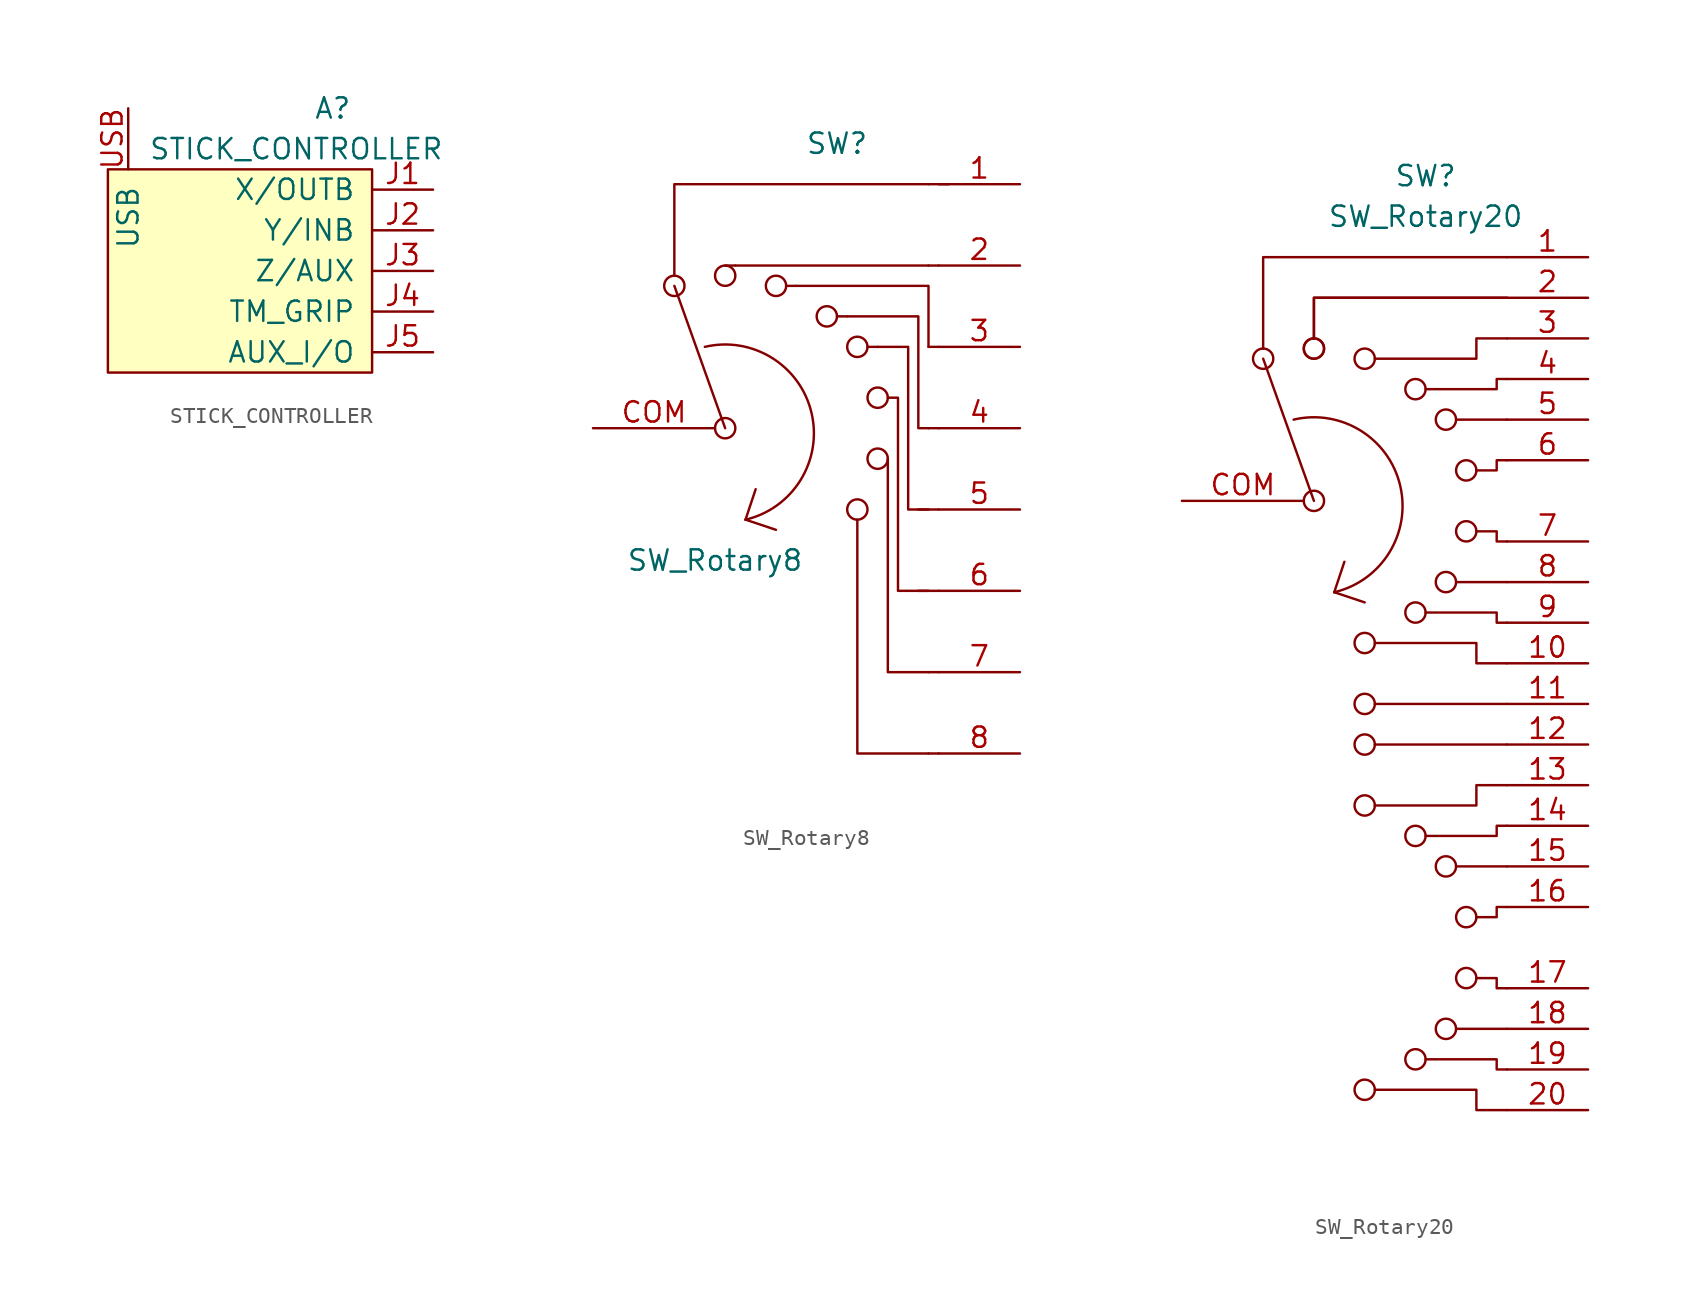
<source format=kicad_sym>
(kicad_symbol_lib
  (version 20231120)
  (generator "kicad_symbol_editor")
  (generator_version "8.0")
  (symbol "STICK_CONTROLLER"
    (pin_names
      (offset 1.016))
    (property "Reference" "A"
      (at 6.35 16.51 0)
      (effects (font (size 1.27 1.27)) (justify right)))
    (property "Value" "STICK_CONTROLLER"
      (at -6.35 13.97 0)
      (effects (font (size 1.27 1.27)) (justify left)))
    (symbol "STICK_CONTROLLER_0_0"
      (pin unspecified line (at 11.43 11.43 180) (length 3.81) (name "X/OUTB" (effects (font (size 1.27 1.27)))) (number "J1" (effects (font (size 1.27 1.27)))))
      (pin unspecified line (at 11.43 8.89 180) (length 3.81) (name "Y/INB" (effects (font (size 1.27 1.27)))) (number "J2" (effects (font (size 1.27 1.27)))))
      (pin unspecified line (at 11.43 6.35 180) (length 3.81) (name "Z/AUX" (effects (font (size 1.27 1.27)))) (number "J3" (effects (font (size 1.27 1.27)))))
      (pin unspecified line (at 11.43 3.81 180) (length 3.81) (name "TM_GRIP" (effects (font (size 1.27 1.27)))) (number "J4" (effects (font (size 1.27 1.27)))))
      (pin unspecified line (at 11.43 1.27 180) (length 3.81) (name "AUX_I/O" (effects (font (size 1.27 1.27)))) (number "J5" (effects (font (size 1.27 1.27)))))
      (pin unspecified line (at -7.62 16.51 270) (length 3.81) (name "USB" (effects (font (size 1.27 1.27)))) (number "USB" (effects (font (size 1.27 1.27))))))
    (symbol "STICK_CONTROLLER_0_1"
      (rectangle (start -8.89 12.7) (end 7.62 0) (stroke (width 0) (type default)) (fill (type background)))))
  (symbol "SW_Rotary8"
    (pin_names
      (offset 1.016) hide)
    (property "Reference" "SW"
      (at 0 17.78 0)
      (effects (font (size 1.27 1.27))))
    (property "Value" "SW_Rotary8"
      (at -7.62 -8.255 0)
      (effects (font (size 1.27 1.27))))
    (symbol "SW_Rotary8_0_0"
      (circle (center -10.16 8.89) (radius 0.635) (stroke (width 0) (type default)) (fill (type none)))
      (circle (center -6.985 0) (radius 0.635) (stroke (width 0) (type default)) (fill (type none)))
      (circle (center -6.985 9.525) (radius 0.635) (stroke (width 0) (type default)) (fill (type none)))
      (arc (start -5.715 -5.715) (mid -1.5995 0.937) (end -8.255 5.08) (stroke (width 0) (type default)) (fill (type none)))
      (circle (center -3.81 8.89) (radius 0.635) (stroke (width 0) (type default)) (fill (type none)))
      (circle (center -0.635 6.985) (radius 0.635) (stroke (width 0) (type default)) (fill (type none)))
      (polyline (pts (xy -6.985 0) (xy -10.16 8.89)) (stroke (width 0) (type default)) (fill (type none)))
      (polyline (pts (xy -5.715 -5.715) (xy -5.08 -3.81)) (stroke (width 0) (type default)) (fill (type none)))
      (polyline (pts (xy -5.715 -5.715) (xy -3.81 -6.35)) (stroke (width 0) (type default)) (fill (type none)))
      (circle (center 1.27 -5.08) (radius 0.635) (stroke (width 0) (type default)) (fill (type none)))
      (circle (center 1.27 5.08) (radius 0.635) (stroke (width 0) (type default)) (fill (type none)))
      (circle (center 2.54 -1.905) (radius 0.635) (stroke (width 0) (type default)) (fill (type none)))
      (circle (center 2.54 1.905) (radius 0.635) (stroke (width 0) (type default)) (fill (type none))))
    (symbol "SW_Rotary8_0_1"
      (polyline (pts (xy -6.35 10.16) (xy -6.985 10.16)) (stroke (width 0) (type default)) (fill (type none)))
      (polyline (pts (xy -6.35 10.16) (xy 5.715 10.16)) (stroke (width 0) (type default)) (fill (type none)))
      (polyline (pts (xy -2.54 8.89) (xy -3.175 8.89)) (stroke (width 0) (type default)) (fill (type none)))
      (polyline (pts (xy 0.635 6.985) (xy 0 6.985)) (stroke (width 0) (type default)) (fill (type none)))
      (polyline (pts (xy 2.54 5.08) (xy 1.905 5.08)) (stroke (width 0) (type default)) (fill (type none)))
      (polyline (pts (xy 5.08 -5.08) (xy 6.35 -5.08)) (stroke (width 0) (type default)) (fill (type none)))
      (polyline (pts (xy 5.715 -15.24) (xy 6.35 -15.24)) (stroke (width 0) (type default)) (fill (type none)))
      (polyline (pts (xy 5.715 5.08) (xy 6.35 5.08)) (stroke (width 0) (type default)) (fill (type none)))
      (polyline (pts (xy 5.715 15.24) (xy 6.985 15.24)) (stroke (width 0) (type default)) (fill (type none)))
      (polyline (pts (xy 6.35 -20.32) (xy 5.715 -20.32)) (stroke (width 0) (type default)) (fill (type none)))
      (polyline (pts (xy 6.35 -10.16) (xy 5.08 -10.16)) (stroke (width 0) (type default)) (fill (type none)))
      (polyline (pts (xy 6.35 0) (xy 5.715 0)) (stroke (width 0) (type default)) (fill (type none)))
      (polyline (pts (xy 6.35 10.16) (xy 5.715 10.16)) (stroke (width 0) (type default)) (fill (type none)))
      (polyline (pts (xy 3.175 -1.905) (xy 3.175 -15.24) (xy 5.715 -15.24)) (stroke (width 0) (type default)) (fill (type none)))
      (polyline (pts (xy 5.715 -20.32) (xy 1.27 -20.32) (xy 1.27 -5.715)) (stroke (width 0) (type default)) (fill (type none)))
      (polyline (pts (xy 5.715 5.08) (xy 5.715 8.89) (xy -2.54 8.89)) (stroke (width 0) (type default)) (fill (type none)))
      (polyline (pts (xy 5.715 15.24) (xy -10.16 15.24) (xy -10.16 9.525)) (stroke (width 0) (type default)) (fill (type none)))
      (polyline (pts (xy 0.635 6.985) (xy 5.08 6.985) (xy 5.08 0) (xy 5.715 0)) (stroke (width 0) (type default)) (fill (type none)))
      (polyline (pts (xy 2.54 5.08) (xy 4.445 5.08) (xy 4.445 -5.08) (xy 5.715 -5.08)) (stroke (width 0) (type default)) (fill (type none)))
      (polyline (pts (xy 3.175 1.905) (xy 3.81 1.905) (xy 3.81 -10.16) (xy 5.715 -10.16)) (stroke (width 0) (type default)) (fill (type none)))
      (pin passive line (at 11.43 15.24 180) (length 5.08) (name "1" (effects (font (size 1.27 1.27)))) (number "1" (effects (font (size 1.27 1.27)))))
      (pin passive line (at 11.43 10.16 180) (length 5.08) (name "2" (effects (font (size 1.27 1.27)))) (number "2" (effects (font (size 1.27 1.27)))))
      (pin passive line (at 11.43 5.08 180) (length 5.08) (name "3" (effects (font (size 1.27 1.27)))) (number "3" (effects (font (size 1.27 1.27)))))
      (pin passive line (at 11.43 0 180) (length 5.08) (name "4" (effects (font (size 1.27 1.27)))) (number "4" (effects (font (size 1.27 1.27)))))
      (pin passive line (at 11.43 -5.08 180) (length 5.08) (name "5" (effects (font (size 1.27 1.27)))) (number "5" (effects (font (size 1.27 1.27)))))
      (pin passive line (at 11.43 -10.16 180) (length 5.08) (name "6" (effects (font (size 1.27 1.27)))) (number "6" (effects (font (size 1.27 1.27)))))
      (pin passive line (at 11.43 -15.24 180) (length 5.08) (name "7" (effects (font (size 1.27 1.27)))) (number "7" (effects (font (size 1.27 1.27)))))
      (pin passive line (at 11.43 -20.32 180) (length 5.08) (name "8" (effects (font (size 1.27 1.27)))) (number "8" (effects (font (size 1.27 1.27)))))
      (pin passive line (at -15.24 0 0) (length 7.62) (name "COM" (effects (font (size 1.27 1.27)))) (number "COM" (effects (font (size 1.27 1.27)))))))
  (symbol "SW_Rotary20"
    (pin_names
      (offset 1.016) hide)
    (property "Reference" "SW"
      (at 0 20.32 0)
      (effects (font (size 1.27 1.27))))
    (property "Value" "SW_Rotary20"
      (at 0 17.78 0)
      (effects (font (size 1.27 1.27))))
    (symbol "SW_Rotary20_0_0"
      (circle (center -10.16 8.89) (radius 0.635) (stroke (width 0) (type default)) (fill (type none)))
      (circle (center -6.985 0) (radius 0.635) (stroke (width 0) (type default)) (fill (type none)))
      (circle (center -6.985 9.525) (radius 0.635) (stroke (width 0) (type default)) (fill (type none)))
      (circle (center -6.985 9.525) (radius 0.635) (stroke (width 0) (type default)) (fill (type none)))
      (arc (start -5.715 -5.715) (mid -1.5995 0.937) (end -8.255 5.08) (stroke (width 0) (type default)) (fill (type none)))
      (circle (center -3.81 -36.83) (radius 0.635) (stroke (width 0) (type default)) (fill (type none)))
      (circle (center -3.81 -19.05) (radius 0.635) (stroke (width 0) (type default)) (fill (type none)))
      (circle (center -3.81 -12.7) (radius 0.635) (stroke (width 0) (type default)) (fill (type none)))
      (circle (center -3.81 -8.89) (radius 0.635) (stroke (width 0) (type default)) (fill (type none)))
      (circle (center -3.81 8.89) (radius 0.635) (stroke (width 0) (type default)) (fill (type none)))
      (circle (center -0.635 -34.925) (radius 0.635) (stroke (width 0) (type default)) (fill (type none)))
      (circle (center -0.635 -20.955) (radius 0.635) (stroke (width 0) (type default)) (fill (type none)))
      (circle (center -0.635 -6.985) (radius 0.635) (stroke (width 0) (type default)) (fill (type none)))
      (circle (center -0.635 6.985) (radius 0.635) (stroke (width 0) (type default)) (fill (type none)))
      (polyline (pts (xy -6.985 0) (xy -10.16 8.89)) (stroke (width 0) (type default)) (fill (type none)))
      (polyline (pts (xy -5.715 -5.715) (xy -5.08 -3.81)) (stroke (width 0) (type default)) (fill (type none)))
      (polyline (pts (xy -5.715 -5.715) (xy -3.81 -6.35)) (stroke (width 0) (type default)) (fill (type none)))
      (polyline (pts (xy 1.905 -33.02) (xy 5.08 -33.02)) (stroke (width 0) (type default)) (fill (type none)))
      (polyline (pts (xy 1.905 -22.86) (xy 5.08 -22.86)) (stroke (width 0) (type default)) (fill (type none)))
      (polyline (pts (xy 1.905 -5.08) (xy 5.08 -5.08)) (stroke (width 0) (type default)) (fill (type none)))
      (polyline (pts (xy 1.905 5.08) (xy 5.08 5.08)) (stroke (width 0) (type default)) (fill (type none)))
      (polyline (pts (xy -10.16 9.525) (xy -10.16 15.24) (xy 5.08 15.24)) (stroke (width 0) (type default)) (fill (type none)))
      (polyline (pts (xy -6.985 10.16) (xy -6.985 12.7) (xy 5.08 12.7)) (stroke (width 0) (type default)) (fill (type none)))
      (polyline (pts (xy -6.985 10.16) (xy -6.985 12.7) (xy 5.08 12.7)) (stroke (width 0) (type default)) (fill (type none)))
      (polyline (pts (xy -3.175 -36.83) (xy 3.175 -36.83) (xy 3.175 -38.1) (xy 5.08 -38.1)) (stroke (width 0) (type default)) (fill (type none)))
      (polyline (pts (xy -3.175 -19.05) (xy 3.175 -19.05) (xy 3.175 -17.78) (xy 5.08 -17.78)) (stroke (width 0) (type default)) (fill (type none)))
      (polyline (pts (xy -3.175 -8.89) (xy 3.175 -8.89) (xy 3.175 -10.16) (xy 5.08 -10.16)) (stroke (width 0) (type default)) (fill (type none)))
      (polyline (pts (xy -3.175 8.89) (xy 3.175 8.89) (xy 3.175 10.16) (xy 5.08 10.16)) (stroke (width 0) (type default)) (fill (type none)))
      (polyline (pts (xy 0 -34.925) (xy 4.445 -34.925) (xy 4.445 -35.56) (xy 5.08 -35.56)) (stroke (width 0) (type default)) (fill (type none)))
      (polyline (pts (xy 0 -20.955) (xy 4.445 -20.955) (xy 4.445 -20.32) (xy 5.08 -20.32)) (stroke (width 0) (type default)) (fill (type none)))
      (polyline (pts (xy 0 -6.985) (xy 4.445 -6.985) (xy 4.445 -7.62) (xy 5.08 -7.62)) (stroke (width 0) (type default)) (fill (type none)))
      (polyline (pts (xy 0 6.985) (xy 4.445 6.985) (xy 4.445 7.62) (xy 5.08 7.62)) (stroke (width 0) (type default)) (fill (type none)))
      (polyline (pts (xy 3.175 -29.845) (xy 4.445 -29.845) (xy 4.445 -30.48) (xy 5.08 -30.48)) (stroke (width 0) (type default)) (fill (type none)))
      (polyline (pts (xy 3.175 -26.035) (xy 4.445 -26.035) (xy 4.445 -25.4) (xy 5.08 -25.4)) (stroke (width 0) (type default)) (fill (type none)))
      (polyline (pts (xy 3.175 -1.905) (xy 4.445 -1.905) (xy 4.445 -2.54) (xy 5.08 -2.54)) (stroke (width 0) (type default)) (fill (type none)))
      (polyline (pts (xy 3.175 1.905) (xy 4.445 1.905) (xy 4.445 2.54) (xy 5.08 2.54)) (stroke (width 0) (type default)) (fill (type none)))
      (circle (center 1.27 -33.02) (radius 0.635) (stroke (width 0) (type default)) (fill (type none)))
      (circle (center 1.27 -22.86) (radius 0.635) (stroke (width 0) (type default)) (fill (type none)))
      (circle (center 1.27 -5.08) (radius 0.635) (stroke (width 0) (type default)) (fill (type none)))
      (circle (center 1.27 5.08) (radius 0.635) (stroke (width 0) (type default)) (fill (type none)))
      (circle (center 2.54 -29.845) (radius 0.635) (stroke (width 0) (type default)) (fill (type none)))
      (circle (center 2.54 -26.035) (radius 0.635) (stroke (width 0) (type default)) (fill (type none)))
      (circle (center 2.54 -1.905) (radius 0.635) (stroke (width 0) (type default)) (fill (type none)))
      (circle (center 2.54 1.905) (radius 0.635) (stroke (width 0) (type default)) (fill (type none))))
    (symbol "SW_Rotary20_0_1"
      (circle (center -3.81 -15.24) (radius 0.635) (stroke (width 0) (type default)) (fill (type none)))
      (polyline (pts (xy -3.175 -15.24) (xy 5.08 -15.24)) (stroke (width 0) (type default)) (fill (type none)))
      (polyline (pts (xy -3.175 -12.7) (xy 5.08 -12.7)) (stroke (width 0) (type default)) (fill (type none)))
      (pin passive line (at 10.16 15.24 180) (length 5.08) (name "1" (effects (font (size 1.27 1.27)))) (number "1" (effects (font (size 1.27 1.27)))))
      (pin passive line (at 10.16 -10.16 180) (length 5.08) (name "10" (effects (font (size 1.27 1.27)))) (number "10" (effects (font (size 1.27 1.27)))))
      (pin passive line (at 10.16 -12.7 180) (length 5.08) (name "11" (effects (font (size 1.27 1.27)))) (number "11" (effects (font (size 1.27 1.27)))))
      (pin passive line (at 10.16 -15.24 180) (length 5.08) (name "12" (effects (font (size 1.27 1.27)))) (number "12" (effects (font (size 1.27 1.27)))))
      (pin passive line (at 10.16 -17.78 180) (length 5.08) (name "13" (effects (font (size 1.27 1.27)))) (number "13" (effects (font (size 1.27 1.27)))))
      (pin passive line (at 10.16 -20.32 180) (length 5.08) (name "14" (effects (font (size 1.27 1.27)))) (number "14" (effects (font (size 1.27 1.27)))))
      (pin passive line (at 10.16 -22.86 180) (length 5.08) (name "15" (effects (font (size 1.27 1.27)))) (number "15" (effects (font (size 1.27 1.27)))))
      (pin passive line (at 10.16 -25.4 180) (length 5.08) (name "16" (effects (font (size 1.27 1.27)))) (number "16" (effects (font (size 1.27 1.27)))))
      (pin passive line (at 10.16 -30.48 180) (length 5.08) (name "17" (effects (font (size 1.27 1.27)))) (number "17" (effects (font (size 1.27 1.27)))))
      (pin passive line (at 10.16 -33.02 180) (length 5.08) (name "18" (effects (font (size 1.27 1.27)))) (number "18" (effects (font (size 1.27 1.27)))))
      (pin passive line (at 10.16 -35.56 180) (length 5.08) (name "19" (effects (font (size 1.27 1.27)))) (number "19" (effects (font (size 1.27 1.27)))))
      (pin passive line (at 10.16 12.7 180) (length 5.08) (name "2" (effects (font (size 1.27 1.27)))) (number "2" (effects (font (size 1.27 1.27)))))
      (pin passive line (at 10.16 -38.1 180) (length 5.08) (name "20" (effects (font (size 1.27 1.27)))) (number "20" (effects (font (size 1.27 1.27)))))
      (pin passive line (at 10.16 10.16 180) (length 5.08) (name "3" (effects (font (size 1.27 1.27)))) (number "3" (effects (font (size 1.27 1.27)))))
      (pin passive line (at 10.16 7.62 180) (length 5.08) (name "4" (effects (font (size 1.27 1.27)))) (number "4" (effects (font (size 1.27 1.27)))))
      (pin passive line (at 10.16 5.08 180) (length 5.08) (name "5" (effects (font (size 1.27 1.27)))) (number "5" (effects (font (size 1.27 1.27)))))
      (pin passive line (at 10.16 2.54 180) (length 5.08) (name "6" (effects (font (size 1.27 1.27)))) (number "6" (effects (font (size 1.27 1.27)))))
      (pin passive line (at 10.16 -2.54 180) (length 5.08) (name "7" (effects (font (size 1.27 1.27)))) (number "7" (effects (font (size 1.27 1.27)))))
      (pin passive line (at 10.16 -5.08 180) (length 5.08) (name "8" (effects (font (size 1.27 1.27)))) (number "8" (effects (font (size 1.27 1.27)))))
      (pin passive line (at 10.16 -7.62 180) (length 5.08) (name "9" (effects (font (size 1.27 1.27)))) (number "9" (effects (font (size 1.27 1.27)))))
      (pin passive line (at -15.24 0 0) (length 7.62) (name "COM" (effects (font (size 1.27 1.27)))) (number "COM" (effects (font (size 1.27 1.27))))))))
</source>
